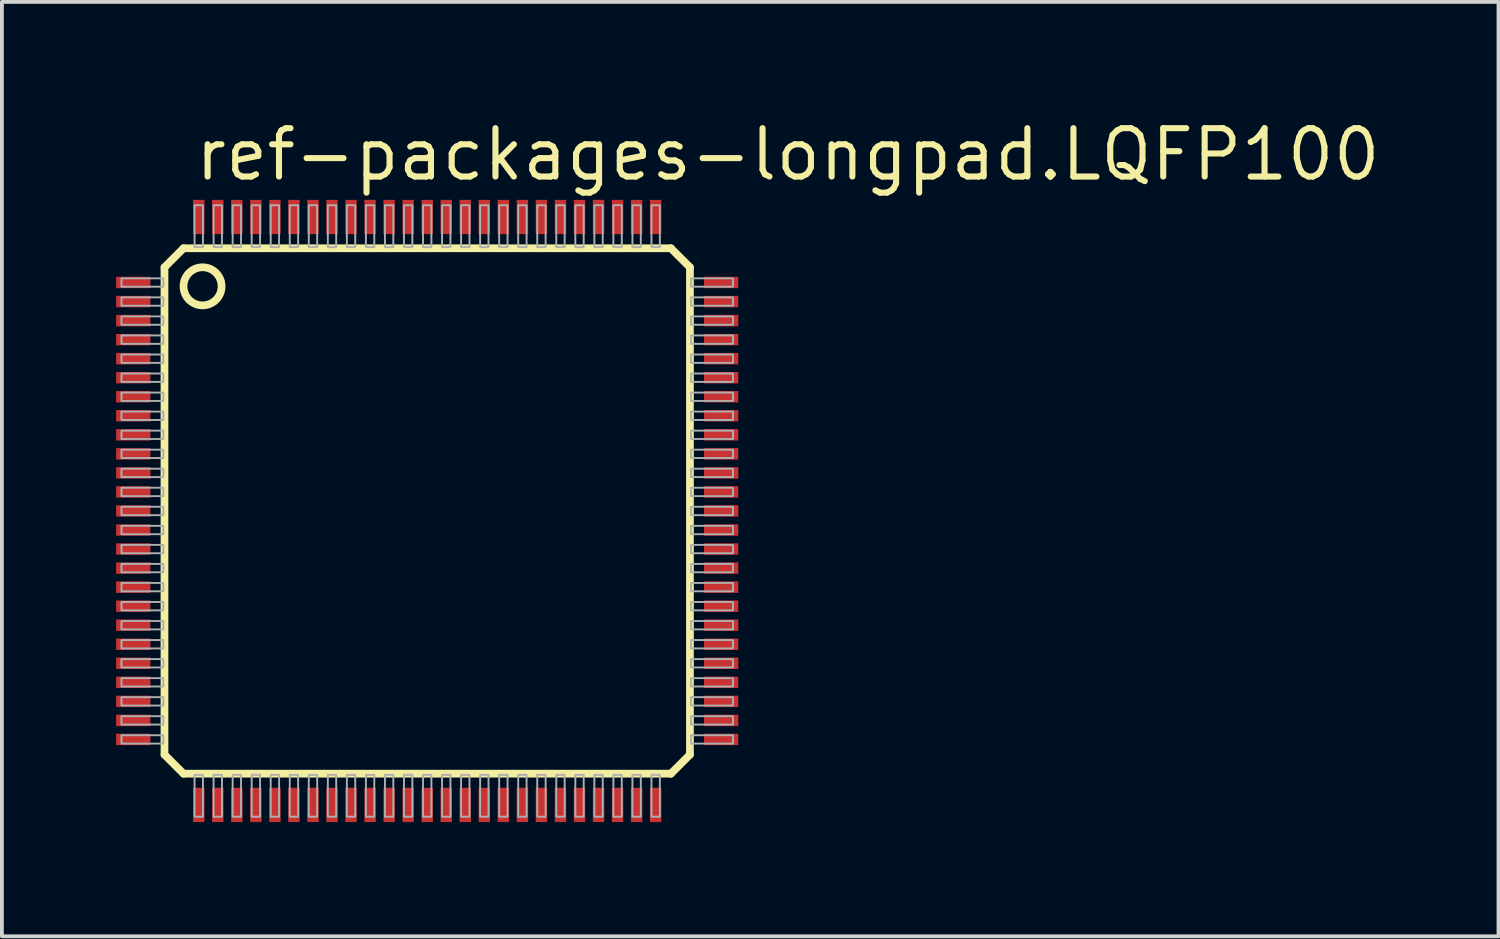
<source format=kicad_pcb>
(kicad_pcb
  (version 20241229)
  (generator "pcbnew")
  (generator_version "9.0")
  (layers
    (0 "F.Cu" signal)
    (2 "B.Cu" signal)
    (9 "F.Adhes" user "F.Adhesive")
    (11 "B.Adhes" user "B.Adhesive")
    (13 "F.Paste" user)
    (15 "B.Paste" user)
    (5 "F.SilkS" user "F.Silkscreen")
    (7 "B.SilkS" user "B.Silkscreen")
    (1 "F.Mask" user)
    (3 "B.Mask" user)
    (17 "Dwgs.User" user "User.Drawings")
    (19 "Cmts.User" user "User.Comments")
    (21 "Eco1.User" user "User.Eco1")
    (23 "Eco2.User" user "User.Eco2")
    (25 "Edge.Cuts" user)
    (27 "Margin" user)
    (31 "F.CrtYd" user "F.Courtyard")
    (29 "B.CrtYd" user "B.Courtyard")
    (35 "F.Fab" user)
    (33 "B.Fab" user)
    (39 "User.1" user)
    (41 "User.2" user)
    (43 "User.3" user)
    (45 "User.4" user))
  (footprint "ref-packages-longpad.LQFP100"
    (layer "F.Cu")
    (at 8.17 10.37)
    (property "Reference" "ref-packages-longpad.LQFP100" (at -6.175 -8.62 0) (layer "F.SilkS") (effects (font (size 1.27 1.27) (thickness 0.16)) (justify left bottom)))
    (attr smd)
    (fp_line (start -6.9 -6.4) (end -6.9 6.4) (stroke (width 0.203) (type default)) (layer "F.SilkS"))
    (fp_line (start -6.4 -6.9) (end -6.9 -6.4) (stroke (width 0.203) (type default)) (layer "F.SilkS"))
    (fp_line (start -6.4 6.9) (end -6.9 6.4) (stroke (width 0.203) (type default)) (layer "F.SilkS"))
    (fp_line (start -6.4 6.9) (end 6.4 6.9) (stroke (width 0.203) (type default)) (layer "F.SilkS"))
    (fp_line (start 6.4 -6.9) (end -6.4 -6.9) (stroke (width 0.203) (type default)) (layer "F.SilkS"))
    (fp_line (start 6.4 -6.9) (end 6.9 -6.4) (stroke (width 0.203) (type default)) (layer "F.SilkS"))
    (fp_line (start 6.4 6.9) (end 6.9 6.4) (stroke (width 0.203) (type default)) (layer "F.SilkS"))
    (fp_line (start 6.9 6.4) (end 6.9 -6.4) (stroke (width 0.203) (type default)) (layer "F.SilkS"))
    (fp_circle (center -5.9 -5.9) (end -5.4 -5.9) (stroke (width 0.203) (type default)) (fill no) (layer "F.SilkS"))
    (fp_rect (start -8.03 -5.89) (end -6.93 -6.11) (stroke (width 0.05) (type default)) (fill no) (layer "F.Fab"))
    (fp_rect (start -8.03 -5.39) (end -6.93 -5.61) (stroke (width 0.05) (type default)) (fill no) (layer "F.Fab"))
    (fp_rect (start -8.03 -4.89) (end -6.93 -5.11) (stroke (width 0.05) (type default)) (fill no) (layer "F.Fab"))
    (fp_rect (start -8.03 -4.39) (end -6.93 -4.61) (stroke (width 0.05) (type default)) (fill no) (layer "F.Fab"))
    (fp_rect (start -8.03 -3.89) (end -6.93 -4.11) (stroke (width 0.05) (type default)) (fill no) (layer "F.Fab"))
    (fp_rect (start -8.03 -3.39) (end -6.93 -3.61) (stroke (width 0.05) (type default)) (fill no) (layer "F.Fab"))
    (fp_rect (start -8.03 -2.89) (end -6.93 -3.11) (stroke (width 0.05) (type default)) (fill no) (layer "F.Fab"))
    (fp_rect (start -8.03 -2.39) (end -6.93 -2.61) (stroke (width 0.05) (type default)) (fill no) (layer "F.Fab"))
    (fp_rect (start -8.03 -1.89) (end -6.93 -2.11) (stroke (width 0.05) (type default)) (fill no) (layer "F.Fab"))
    (fp_rect (start -8.03 -1.39) (end -6.93 -1.61) (stroke (width 0.05) (type default)) (fill no) (layer "F.Fab"))
    (fp_rect (start -8.03 -0.89) (end -6.93 -1.11) (stroke (width 0.05) (type default)) (fill no) (layer "F.Fab"))
    (fp_rect (start -8.03 -0.39) (end -6.93 -0.61) (stroke (width 0.05) (type default)) (fill no) (layer "F.Fab"))
    (fp_rect (start -8.03 0.11) (end -6.93 -0.11) (stroke (width 0.05) (type default)) (fill no) (layer "F.Fab"))
    (fp_rect (start -8.03 0.61) (end -6.93 0.39) (stroke (width 0.05) (type default)) (fill no) (layer "F.Fab"))
    (fp_rect (start -8.03 1.11) (end -6.93 0.89) (stroke (width 0.05) (type default)) (fill no) (layer "F.Fab"))
    (fp_rect (start -8.03 1.61) (end -6.93 1.39) (stroke (width 0.05) (type default)) (fill no) (layer "F.Fab"))
    (fp_rect (start -8.03 2.11) (end -6.93 1.89) (stroke (width 0.05) (type default)) (fill no) (layer "F.Fab"))
    (fp_rect (start -8.03 2.61) (end -6.93 2.39) (stroke (width 0.05) (type default)) (fill no) (layer "F.Fab"))
    (fp_rect (start -8.03 3.11) (end -6.93 2.89) (stroke (width 0.05) (type default)) (fill no) (layer "F.Fab"))
    (fp_rect (start -8.03 3.61) (end -6.93 3.39) (stroke (width 0.05) (type default)) (fill no) (layer "F.Fab"))
    (fp_rect (start -8.03 4.11) (end -6.93 3.89) (stroke (width 0.05) (type default)) (fill no) (layer "F.Fab"))
    (fp_rect (start -8.03 4.61) (end -6.93 4.39) (stroke (width 0.05) (type default)) (fill no) (layer "F.Fab"))
    (fp_rect (start -8.03 5.11) (end -6.93 4.89) (stroke (width 0.05) (type default)) (fill no) (layer "F.Fab"))
    (fp_rect (start -8.03 5.61) (end -6.93 5.39) (stroke (width 0.05) (type default)) (fill no) (layer "F.Fab"))
    (fp_rect (start -8.03 6.11) (end -6.93 5.89) (stroke (width 0.05) (type default)) (fill no) (layer "F.Fab"))
    (fp_rect (start -6.11 -6.93) (end -5.89 -8.03) (stroke (width 0.05) (type default)) (fill no) (layer "F.Fab"))
    (fp_rect (start -6.11 8.03) (end -5.89 6.93) (stroke (width 0.05) (type default)) (fill no) (layer "F.Fab"))
    (fp_rect (start -5.61 -6.93) (end -5.39 -8.03) (stroke (width 0.05) (type default)) (fill no) (layer "F.Fab"))
    (fp_rect (start -5.61 8.03) (end -5.39 6.93) (stroke (width 0.05) (type default)) (fill no) (layer "F.Fab"))
    (fp_rect (start -5.11 -6.93) (end -4.89 -8.03) (stroke (width 0.05) (type default)) (fill no) (layer "F.Fab"))
    (fp_rect (start -5.11 8.03) (end -4.89 6.93) (stroke (width 0.05) (type default)) (fill no) (layer "F.Fab"))
    (fp_rect (start -4.61 -6.93) (end -4.39 -8.03) (stroke (width 0.05) (type default)) (fill no) (layer "F.Fab"))
    (fp_rect (start -4.61 8.03) (end -4.39 6.93) (stroke (width 0.05) (type default)) (fill no) (layer "F.Fab"))
    (fp_rect (start -4.11 -6.93) (end -3.89 -8.03) (stroke (width 0.05) (type default)) (fill no) (layer "F.Fab"))
    (fp_rect (start -4.11 8.03) (end -3.89 6.93) (stroke (width 0.05) (type default)) (fill no) (layer "F.Fab"))
    (fp_rect (start -3.61 -6.93) (end -3.39 -8.03) (stroke (width 0.05) (type default)) (fill no) (layer "F.Fab"))
    (fp_rect (start -3.61 8.03) (end -3.39 6.93) (stroke (width 0.05) (type default)) (fill no) (layer "F.Fab"))
    (fp_rect (start -3.11 -6.93) (end -2.89 -8.03) (stroke (width 0.05) (type default)) (fill no) (layer "F.Fab"))
    (fp_rect (start -3.11 8.03) (end -2.89 6.93) (stroke (width 0.05) (type default)) (fill no) (layer "F.Fab"))
    (fp_rect (start -2.61 -6.93) (end -2.39 -8.03) (stroke (width 0.05) (type default)) (fill no) (layer "F.Fab"))
    (fp_rect (start -2.61 8.03) (end -2.39 6.93) (stroke (width 0.05) (type default)) (fill no) (layer "F.Fab"))
    (fp_rect (start -2.11 -6.93) (end -1.89 -8.03) (stroke (width 0.05) (type default)) (fill no) (layer "F.Fab"))
    (fp_rect (start -2.11 8.03) (end -1.89 6.93) (stroke (width 0.05) (type default)) (fill no) (layer "F.Fab"))
    (fp_rect (start -1.61 -6.93) (end -1.39 -8.03) (stroke (width 0.05) (type default)) (fill no) (layer "F.Fab"))
    (fp_rect (start -1.61 8.03) (end -1.39 6.93) (stroke (width 0.05) (type default)) (fill no) (layer "F.Fab"))
    (fp_rect (start -1.11 -6.93) (end -0.89 -8.03) (stroke (width 0.05) (type default)) (fill no) (layer "F.Fab"))
    (fp_rect (start -1.11 8.03) (end -0.89 6.93) (stroke (width 0.05) (type default)) (fill no) (layer "F.Fab"))
    (fp_rect (start -0.61 -6.93) (end -0.39 -8.03) (stroke (width 0.05) (type default)) (fill no) (layer "F.Fab"))
    (fp_rect (start -0.61 8.03) (end -0.39 6.93) (stroke (width 0.05) (type default)) (fill no) (layer "F.Fab"))
    (fp_rect (start -0.11 -6.93) (end 0.11 -8.03) (stroke (width 0.05) (type default)) (fill no) (layer "F.Fab"))
    (fp_rect (start -0.11 8.03) (end 0.11 6.93) (stroke (width 0.05) (type default)) (fill no) (layer "F.Fab"))
    (fp_rect (start 0.39 -6.93) (end 0.61 -8.03) (stroke (width 0.05) (type default)) (fill no) (layer "F.Fab"))
    (fp_rect (start 0.39 8.03) (end 0.61 6.93) (stroke (width 0.05) (type default)) (fill no) (layer "F.Fab"))
    (fp_rect (start 0.89 -6.93) (end 1.11 -8.03) (stroke (width 0.05) (type default)) (fill no) (layer "F.Fab"))
    (fp_rect (start 0.89 8.03) (end 1.11 6.93) (stroke (width 0.05) (type default)) (fill no) (layer "F.Fab"))
    (fp_rect (start 1.39 -6.93) (end 1.61 -8.03) (stroke (width 0.05) (type default)) (fill no) (layer "F.Fab"))
    (fp_rect (start 1.39 8.03) (end 1.61 6.93) (stroke (width 0.05) (type default)) (fill no) (layer "F.Fab"))
    (fp_rect (start 1.89 -6.93) (end 2.11 -8.03) (stroke (width 0.05) (type default)) (fill no) (layer "F.Fab"))
    (fp_rect (start 1.89 8.03) (end 2.11 6.93) (stroke (width 0.05) (type default)) (fill no) (layer "F.Fab"))
    (fp_rect (start 2.39 -6.93) (end 2.61 -8.03) (stroke (width 0.05) (type default)) (fill no) (layer "F.Fab"))
    (fp_rect (start 2.39 8.03) (end 2.61 6.93) (stroke (width 0.05) (type default)) (fill no) (layer "F.Fab"))
    (fp_rect (start 2.89 -6.93) (end 3.11 -8.03) (stroke (width 0.05) (type default)) (fill no) (layer "F.Fab"))
    (fp_rect (start 2.89 8.03) (end 3.11 6.93) (stroke (width 0.05) (type default)) (fill no) (layer "F.Fab"))
    (fp_rect (start 3.39 -6.93) (end 3.61 -8.03) (stroke (width 0.05) (type default)) (fill no) (layer "F.Fab"))
    (fp_rect (start 3.39 8.03) (end 3.61 6.93) (stroke (width 0.05) (type default)) (fill no) (layer "F.Fab"))
    (fp_rect (start 3.89 -6.93) (end 4.11 -8.03) (stroke (width 0.05) (type default)) (fill no) (layer "F.Fab"))
    (fp_rect (start 3.89 8.03) (end 4.11 6.93) (stroke (width 0.05) (type default)) (fill no) (layer "F.Fab"))
    (fp_rect (start 4.39 -6.93) (end 4.61 -8.03) (stroke (width 0.05) (type default)) (fill no) (layer "F.Fab"))
    (fp_rect (start 4.39 8.03) (end 4.61 6.93) (stroke (width 0.05) (type default)) (fill no) (layer "F.Fab"))
    (fp_rect (start 4.89 -6.93) (end 5.11 -8.03) (stroke (width 0.05) (type default)) (fill no) (layer "F.Fab"))
    (fp_rect (start 4.89 8.03) (end 5.11 6.93) (stroke (width 0.05) (type default)) (fill no) (layer "F.Fab"))
    (fp_rect (start 5.39 -6.93) (end 5.61 -8.03) (stroke (width 0.05) (type default)) (fill no) (layer "F.Fab"))
    (fp_rect (start 5.39 8.03) (end 5.61 6.93) (stroke (width 0.05) (type default)) (fill no) (layer "F.Fab"))
    (fp_rect (start 5.89 -6.93) (end 6.11 -8.03) (stroke (width 0.05) (type default)) (fill no) (layer "F.Fab"))
    (fp_rect (start 5.89 8.03) (end 6.11 6.93) (stroke (width 0.05) (type default)) (fill no) (layer "F.Fab"))
    (fp_rect (start 6.93 -5.89) (end 8.03 -6.11) (stroke (width 0.05) (type default)) (fill no) (layer "F.Fab"))
    (fp_rect (start 6.93 -5.39) (end 8.03 -5.61) (stroke (width 0.05) (type default)) (fill no) (layer "F.Fab"))
    (fp_rect (start 6.93 -4.89) (end 8.03 -5.11) (stroke (width 0.05) (type default)) (fill no) (layer "F.Fab"))
    (fp_rect (start 6.93 -4.39) (end 8.03 -4.61) (stroke (width 0.05) (type default)) (fill no) (layer "F.Fab"))
    (fp_rect (start 6.93 -3.89) (end 8.03 -4.11) (stroke (width 0.05) (type default)) (fill no) (layer "F.Fab"))
    (fp_rect (start 6.93 -3.39) (end 8.03 -3.61) (stroke (width 0.05) (type default)) (fill no) (layer "F.Fab"))
    (fp_rect (start 6.93 -2.89) (end 8.03 -3.11) (stroke (width 0.05) (type default)) (fill no) (layer "F.Fab"))
    (fp_rect (start 6.93 -2.39) (end 8.03 -2.61) (stroke (width 0.05) (type default)) (fill no) (layer "F.Fab"))
    (fp_rect (start 6.93 -1.89) (end 8.03 -2.11) (stroke (width 0.05) (type default)) (fill no) (layer "F.Fab"))
    (fp_rect (start 6.93 -1.39) (end 8.03 -1.61) (stroke (width 0.05) (type default)) (fill no) (layer "F.Fab"))
    (fp_rect (start 6.93 -0.89) (end 8.03 -1.11) (stroke (width 0.05) (type default)) (fill no) (layer "F.Fab"))
    (fp_rect (start 6.93 -0.39) (end 8.03 -0.61) (stroke (width 0.05) (type default)) (fill no) (layer "F.Fab"))
    (fp_rect (start 6.93 0.11) (end 8.03 -0.11) (stroke (width 0.05) (type default)) (fill no) (layer "F.Fab"))
    (fp_rect (start 6.93 0.61) (end 8.03 0.39) (stroke (width 0.05) (type default)) (fill no) (layer "F.Fab"))
    (fp_rect (start 6.93 1.11) (end 8.03 0.89) (stroke (width 0.05) (type default)) (fill no) (layer "F.Fab"))
    (fp_rect (start 6.93 1.61) (end 8.03 1.39) (stroke (width 0.05) (type default)) (fill no) (layer "F.Fab"))
    (fp_rect (start 6.93 2.11) (end 8.03 1.89) (stroke (width 0.05) (type default)) (fill no) (layer "F.Fab"))
    (fp_rect (start 6.93 2.61) (end 8.03 2.39) (stroke (width 0.05) (type default)) (fill no) (layer "F.Fab"))
    (fp_rect (start 6.93 3.11) (end 8.03 2.89) (stroke (width 0.05) (type default)) (fill no) (layer "F.Fab"))
    (fp_rect (start 6.93 3.61) (end 8.03 3.39) (stroke (width 0.05) (type default)) (fill no) (layer "F.Fab"))
    (fp_rect (start 6.93 4.11) (end 8.03 3.89) (stroke (width 0.05) (type default)) (fill no) (layer "F.Fab"))
    (fp_rect (start 6.93 4.61) (end 8.03 4.39) (stroke (width 0.05) (type default)) (fill no) (layer "F.Fab"))
    (fp_rect (start 6.93 5.11) (end 8.03 4.89) (stroke (width 0.05) (type default)) (fill no) (layer "F.Fab"))
    (fp_rect (start 6.93 5.61) (end 8.03 5.39) (stroke (width 0.05) (type default)) (fill no) (layer "F.Fab"))
    (fp_rect (start 6.93 6.11) (end 8.03 5.89) (stroke (width 0.05) (type default)) (fill no) (layer "F.Fab"))
    (pad "1" smd roundrect (at -7.72 -6) (size 0.9 0.3) (layers "F.Cu" "F.Mask" "F.Paste") (roundrect_rratio 0.01))
    (pad "2" smd roundrect (at -7.72 -5.5) (size 0.9 0.3) (layers "F.Cu" "F.Mask" "F.Paste") (roundrect_rratio 0.01))
    (pad "3" smd roundrect (at -7.72 -5) (size 0.9 0.3) (layers "F.Cu" "F.Mask" "F.Paste") (roundrect_rratio 0.01))
    (pad "4" smd roundrect (at -7.72 -4.5) (size 0.9 0.3) (layers "F.Cu" "F.Mask" "F.Paste") (roundrect_rratio 0.01))
    (pad "5" smd roundrect (at -7.72 -4) (size 0.9 0.3) (layers "F.Cu" "F.Mask" "F.Paste") (roundrect_rratio 0.01))
    (pad "6" smd roundrect (at -7.72 -3.5) (size 0.9 0.3) (layers "F.Cu" "F.Mask" "F.Paste") (roundrect_rratio 0.01))
    (pad "7" smd roundrect (at -7.72 -3) (size 0.9 0.3) (layers "F.Cu" "F.Mask" "F.Paste") (roundrect_rratio 0.01))
    (pad "8" smd roundrect (at -7.72 -2.5) (size 0.9 0.3) (layers "F.Cu" "F.Mask" "F.Paste") (roundrect_rratio 0.01))
    (pad "9" smd roundrect (at -7.72 -2) (size 0.9 0.3) (layers "F.Cu" "F.Mask" "F.Paste") (roundrect_rratio 0.01))
    (pad "10" smd roundrect (at -7.72 -1.5) (size 0.9 0.3) (layers "F.Cu" "F.Mask" "F.Paste") (roundrect_rratio 0.01))
    (pad "11" smd roundrect (at -7.72 -1) (size 0.9 0.3) (layers "F.Cu" "F.Mask" "F.Paste") (roundrect_rratio 0.01))
    (pad "12" smd roundrect (at -7.72 -0.5) (size 0.9 0.3) (layers "F.Cu" "F.Mask" "F.Paste") (roundrect_rratio 0.01))
    (pad "13" smd roundrect (at -7.72 0) (size 0.9 0.3) (layers "F.Cu" "F.Mask" "F.Paste") (roundrect_rratio 0.01))
    (pad "14" smd roundrect (at -7.72 0.5) (size 0.9 0.3) (layers "F.Cu" "F.Mask" "F.Paste") (roundrect_rratio 0.01))
    (pad "15" smd roundrect (at -7.72 1) (size 0.9 0.3) (layers "F.Cu" "F.Mask" "F.Paste") (roundrect_rratio 0.01))
    (pad "16" smd roundrect (at -7.72 1.5) (size 0.9 0.3) (layers "F.Cu" "F.Mask" "F.Paste") (roundrect_rratio 0.01))
    (pad "17" smd roundrect (at -7.72 2) (size 0.9 0.3) (layers "F.Cu" "F.Mask" "F.Paste") (roundrect_rratio 0.01))
    (pad "18" smd roundrect (at -7.72 2.5) (size 0.9 0.3) (layers "F.Cu" "F.Mask" "F.Paste") (roundrect_rratio 0.01))
    (pad "19" smd roundrect (at -7.72 3) (size 0.9 0.3) (layers "F.Cu" "F.Mask" "F.Paste") (roundrect_rratio 0.01))
    (pad "20" smd roundrect (at -7.72 3.5) (size 0.9 0.3) (layers "F.Cu" "F.Mask" "F.Paste") (roundrect_rratio 0.01))
    (pad "21" smd roundrect (at -7.72 4) (size 0.9 0.3) (layers "F.Cu" "F.Mask" "F.Paste") (roundrect_rratio 0.01))
    (pad "22" smd roundrect (at -7.72 4.5) (size 0.9 0.3) (layers "F.Cu" "F.Mask" "F.Paste") (roundrect_rratio 0.01))
    (pad "23" smd roundrect (at -7.72 5) (size 0.9 0.3) (layers "F.Cu" "F.Mask" "F.Paste") (roundrect_rratio 0.01))
    (pad "24" smd roundrect (at -7.72 5.5) (size 0.9 0.3) (layers "F.Cu" "F.Mask" "F.Paste") (roundrect_rratio 0.01))
    (pad "25" smd roundrect (at -7.72 6) (size 0.9 0.3) (layers "F.Cu" "F.Mask" "F.Paste") (roundrect_rratio 0.01))
    (pad "26" smd roundrect (at -6 7.72) (size 0.3 0.9) (layers "F.Cu" "F.Mask" "F.Paste") (roundrect_rratio 0.01))
    (pad "27" smd roundrect (at -5.5 7.72) (size 0.3 0.9) (layers "F.Cu" "F.Mask" "F.Paste") (roundrect_rratio 0.01))
    (pad "28" smd roundrect (at -5 7.72) (size 0.3 0.9) (layers "F.Cu" "F.Mask" "F.Paste") (roundrect_rratio 0.01))
    (pad "29" smd roundrect (at -4.5 7.72) (size 0.3 0.9) (layers "F.Cu" "F.Mask" "F.Paste") (roundrect_rratio 0.01))
    (pad "30" smd roundrect (at -4 7.72) (size 0.3 0.9) (layers "F.Cu" "F.Mask" "F.Paste") (roundrect_rratio 0.01))
    (pad "31" smd roundrect (at -3.5 7.72) (size 0.3 0.9) (layers "F.Cu" "F.Mask" "F.Paste") (roundrect_rratio 0.01))
    (pad "32" smd roundrect (at -3 7.72) (size 0.3 0.9) (layers "F.Cu" "F.Mask" "F.Paste") (roundrect_rratio 0.01))
    (pad "33" smd roundrect (at -2.5 7.72) (size 0.3 0.9) (layers "F.Cu" "F.Mask" "F.Paste") (roundrect_rratio 0.01))
    (pad "34" smd roundrect (at -2 7.72) (size 0.3 0.9) (layers "F.Cu" "F.Mask" "F.Paste") (roundrect_rratio 0.01))
    (pad "35" smd roundrect (at -1.5 7.72) (size 0.3 0.9) (layers "F.Cu" "F.Mask" "F.Paste") (roundrect_rratio 0.01))
    (pad "36" smd roundrect (at -1 7.72) (size 0.3 0.9) (layers "F.Cu" "F.Mask" "F.Paste") (roundrect_rratio 0.01))
    (pad "37" smd roundrect (at -0.5 7.72) (size 0.3 0.9) (layers "F.Cu" "F.Mask" "F.Paste") (roundrect_rratio 0.01))
    (pad "38" smd roundrect (at 0 7.72) (size 0.3 0.9) (layers "F.Cu" "F.Mask" "F.Paste") (roundrect_rratio 0.01))
    (pad "39" smd roundrect (at 0.5 7.72) (size 0.3 0.9) (layers "F.Cu" "F.Mask" "F.Paste") (roundrect_rratio 0.01))
    (pad "40" smd roundrect (at 1 7.72) (size 0.3 0.9) (layers "F.Cu" "F.Mask" "F.Paste") (roundrect_rratio 0.01))
    (pad "41" smd roundrect (at 1.5 7.72) (size 0.3 0.9) (layers "F.Cu" "F.Mask" "F.Paste") (roundrect_rratio 0.01))
    (pad "42" smd roundrect (at 2 7.72) (size 0.3 0.9) (layers "F.Cu" "F.Mask" "F.Paste") (roundrect_rratio 0.01))
    (pad "43" smd roundrect (at 2.5 7.72) (size 0.3 0.9) (layers "F.Cu" "F.Mask" "F.Paste") (roundrect_rratio 0.01))
    (pad "44" smd roundrect (at 3 7.72) (size 0.3 0.9) (layers "F.Cu" "F.Mask" "F.Paste") (roundrect_rratio 0.01))
    (pad "45" smd roundrect (at 3.5 7.72) (size 0.3 0.9) (layers "F.Cu" "F.Mask" "F.Paste") (roundrect_rratio 0.01))
    (pad "46" smd roundrect (at 4 7.72) (size 0.3 0.9) (layers "F.Cu" "F.Mask" "F.Paste") (roundrect_rratio 0.01))
    (pad "47" smd roundrect (at 4.5 7.72) (size 0.3 0.9) (layers "F.Cu" "F.Mask" "F.Paste") (roundrect_rratio 0.01))
    (pad "48" smd roundrect (at 5 7.72) (size 0.3 0.9) (layers "F.Cu" "F.Mask" "F.Paste") (roundrect_rratio 0.01))
    (pad "49" smd roundrect (at 5.5 7.72) (size 0.3 0.9) (layers "F.Cu" "F.Mask" "F.Paste") (roundrect_rratio 0.01))
    (pad "50" smd roundrect (at 6 7.72) (size 0.3 0.9) (layers "F.Cu" "F.Mask" "F.Paste") (roundrect_rratio 0.01))
    (pad "51" smd roundrect (at 7.72 6) (size 0.9 0.3) (layers "F.Cu" "F.Mask" "F.Paste") (roundrect_rratio 0.01))
    (pad "52" smd roundrect (at 7.72 5.5) (size 0.9 0.3) (layers "F.Cu" "F.Mask" "F.Paste") (roundrect_rratio 0.01))
    (pad "53" smd roundrect (at 7.72 5) (size 0.9 0.3) (layers "F.Cu" "F.Mask" "F.Paste") (roundrect_rratio 0.01))
    (pad "54" smd roundrect (at 7.72 4.5) (size 0.9 0.3) (layers "F.Cu" "F.Mask" "F.Paste") (roundrect_rratio 0.01))
    (pad "55" smd roundrect (at 7.72 4) (size 0.9 0.3) (layers "F.Cu" "F.Mask" "F.Paste") (roundrect_rratio 0.01))
    (pad "56" smd roundrect (at 7.72 3.5) (size 0.9 0.3) (layers "F.Cu" "F.Mask" "F.Paste") (roundrect_rratio 0.01))
    (pad "57" smd roundrect (at 7.72 3) (size 0.9 0.3) (layers "F.Cu" "F.Mask" "F.Paste") (roundrect_rratio 0.01))
    (pad "58" smd roundrect (at 7.72 2.5) (size 0.9 0.3) (layers "F.Cu" "F.Mask" "F.Paste") (roundrect_rratio 0.01))
    (pad "59" smd roundrect (at 7.72 2) (size 0.9 0.3) (layers "F.Cu" "F.Mask" "F.Paste") (roundrect_rratio 0.01))
    (pad "60" smd roundrect (at 7.72 1.5) (size 0.9 0.3) (layers "F.Cu" "F.Mask" "F.Paste") (roundrect_rratio 0.01))
    (pad "61" smd roundrect (at 7.72 1) (size 0.9 0.3) (layers "F.Cu" "F.Mask" "F.Paste") (roundrect_rratio 0.01))
    (pad "62" smd roundrect (at 7.72 0.5) (size 0.9 0.3) (layers "F.Cu" "F.Mask" "F.Paste") (roundrect_rratio 0.01))
    (pad "63" smd roundrect (at 7.72 0) (size 0.9 0.3) (layers "F.Cu" "F.Mask" "F.Paste") (roundrect_rratio 0.01))
    (pad "64" smd roundrect (at 7.72 -0.5) (size 0.9 0.3) (layers "F.Cu" "F.Mask" "F.Paste") (roundrect_rratio 0.01))
    (pad "65" smd roundrect (at 7.72 -1) (size 0.9 0.3) (layers "F.Cu" "F.Mask" "F.Paste") (roundrect_rratio 0.01))
    (pad "66" smd roundrect (at 7.72 -1.5) (size 0.9 0.3) (layers "F.Cu" "F.Mask" "F.Paste") (roundrect_rratio 0.01))
    (pad "67" smd roundrect (at 7.72 -2) (size 0.9 0.3) (layers "F.Cu" "F.Mask" "F.Paste") (roundrect_rratio 0.01))
    (pad "68" smd roundrect (at 7.72 -2.5) (size 0.9 0.3) (layers "F.Cu" "F.Mask" "F.Paste") (roundrect_rratio 0.01))
    (pad "69" smd roundrect (at 7.72 -3) (size 0.9 0.3) (layers "F.Cu" "F.Mask" "F.Paste") (roundrect_rratio 0.01))
    (pad "70" smd roundrect (at 7.72 -3.5) (size 0.9 0.3) (layers "F.Cu" "F.Mask" "F.Paste") (roundrect_rratio 0.01))
    (pad "71" smd roundrect (at 7.72 -4) (size 0.9 0.3) (layers "F.Cu" "F.Mask" "F.Paste") (roundrect_rratio 0.01))
    (pad "72" smd roundrect (at 7.72 -4.5) (size 0.9 0.3) (layers "F.Cu" "F.Mask" "F.Paste") (roundrect_rratio 0.01))
    (pad "73" smd roundrect (at 7.72 -5) (size 0.9 0.3) (layers "F.Cu" "F.Mask" "F.Paste") (roundrect_rratio 0.01))
    (pad "74" smd roundrect (at 7.72 -5.5) (size 0.9 0.3) (layers "F.Cu" "F.Mask" "F.Paste") (roundrect_rratio 0.01))
    (pad "75" smd roundrect (at 7.72 -6) (size 0.9 0.3) (layers "F.Cu" "F.Mask" "F.Paste") (roundrect_rratio 0.01))
    (pad "76" smd roundrect (at 6 -7.72) (size 0.3 0.9) (layers "F.Cu" "F.Mask" "F.Paste") (roundrect_rratio 0.01))
    (pad "77" smd roundrect (at 5.5 -7.72) (size 0.3 0.9) (layers "F.Cu" "F.Mask" "F.Paste") (roundrect_rratio 0.01))
    (pad "78" smd roundrect (at 5 -7.72) (size 0.3 0.9) (layers "F.Cu" "F.Mask" "F.Paste") (roundrect_rratio 0.01))
    (pad "79" smd roundrect (at 4.5 -7.72) (size 0.3 0.9) (layers "F.Cu" "F.Mask" "F.Paste") (roundrect_rratio 0.01))
    (pad "80" smd roundrect (at 4 -7.72) (size 0.3 0.9) (layers "F.Cu" "F.Mask" "F.Paste") (roundrect_rratio 0.01))
    (pad "81" smd roundrect (at 3.5 -7.72) (size 0.3 0.9) (layers "F.Cu" "F.Mask" "F.Paste") (roundrect_rratio 0.01))
    (pad "82" smd roundrect (at 3 -7.72) (size 0.3 0.9) (layers "F.Cu" "F.Mask" "F.Paste") (roundrect_rratio 0.01))
    (pad "83" smd roundrect (at 2.5 -7.72) (size 0.3 0.9) (layers "F.Cu" "F.Mask" "F.Paste") (roundrect_rratio 0.01))
    (pad "84" smd roundrect (at 2 -7.72) (size 0.3 0.9) (layers "F.Cu" "F.Mask" "F.Paste") (roundrect_rratio 0.01))
    (pad "85" smd roundrect (at 1.5 -7.72) (size 0.3 0.9) (layers "F.Cu" "F.Mask" "F.Paste") (roundrect_rratio 0.01))
    (pad "86" smd roundrect (at 1 -7.72) (size 0.3 0.9) (layers "F.Cu" "F.Mask" "F.Paste") (roundrect_rratio 0.01))
    (pad "87" smd roundrect (at 0.5 -7.72) (size 0.3 0.9) (layers "F.Cu" "F.Mask" "F.Paste") (roundrect_rratio 0.01))
    (pad "88" smd roundrect (at 0 -7.72) (size 0.3 0.9) (layers "F.Cu" "F.Mask" "F.Paste") (roundrect_rratio 0.01))
    (pad "89" smd roundrect (at -0.5 -7.72) (size 0.3 0.9) (layers "F.Cu" "F.Mask" "F.Paste") (roundrect_rratio 0.01))
    (pad "90" smd roundrect (at -1 -7.72) (size 0.3 0.9) (layers "F.Cu" "F.Mask" "F.Paste") (roundrect_rratio 0.01))
    (pad "91" smd roundrect (at -1.5 -7.72) (size 0.3 0.9) (layers "F.Cu" "F.Mask" "F.Paste") (roundrect_rratio 0.01))
    (pad "92" smd roundrect (at -2 -7.72) (size 0.3 0.9) (layers "F.Cu" "F.Mask" "F.Paste") (roundrect_rratio 0.01))
    (pad "93" smd roundrect (at -2.5 -7.72) (size 0.3 0.9) (layers "F.Cu" "F.Mask" "F.Paste") (roundrect_rratio 0.01))
    (pad "94" smd roundrect (at -3 -7.72) (size 0.3 0.9) (layers "F.Cu" "F.Mask" "F.Paste") (roundrect_rratio 0.01))
    (pad "95" smd roundrect (at -3.5 -7.72) (size 0.3 0.9) (layers "F.Cu" "F.Mask" "F.Paste") (roundrect_rratio 0.01))
    (pad "96" smd roundrect (at -4 -7.72) (size 0.3 0.9) (layers "F.Cu" "F.Mask" "F.Paste") (roundrect_rratio 0.01))
    (pad "97" smd roundrect (at -4.5 -7.72) (size 0.3 0.9) (layers "F.Cu" "F.Mask" "F.Paste") (roundrect_rratio 0.01))
    (pad "98" smd roundrect (at -5 -7.72) (size 0.3 0.9) (layers "F.Cu" "F.Mask" "F.Paste") (roundrect_rratio 0.01))
    (pad "99" smd roundrect (at -5.5 -7.72) (size 0.3 0.9) (layers "F.Cu" "F.Mask" "F.Paste") (roundrect_rratio 0.01))
    (pad "100" smd roundrect (at -6 -7.72) (size 0.3 0.9) (layers "F.Cu" "F.Mask" "F.Paste") (roundrect_rratio 0.01)))
  (gr_rect
    (start -3 -3)
    (end 36.306 21.54)
    (stroke (width 0.1) (type default))
    (fill no)
    (layer "Edge.Cuts")))
</source>
